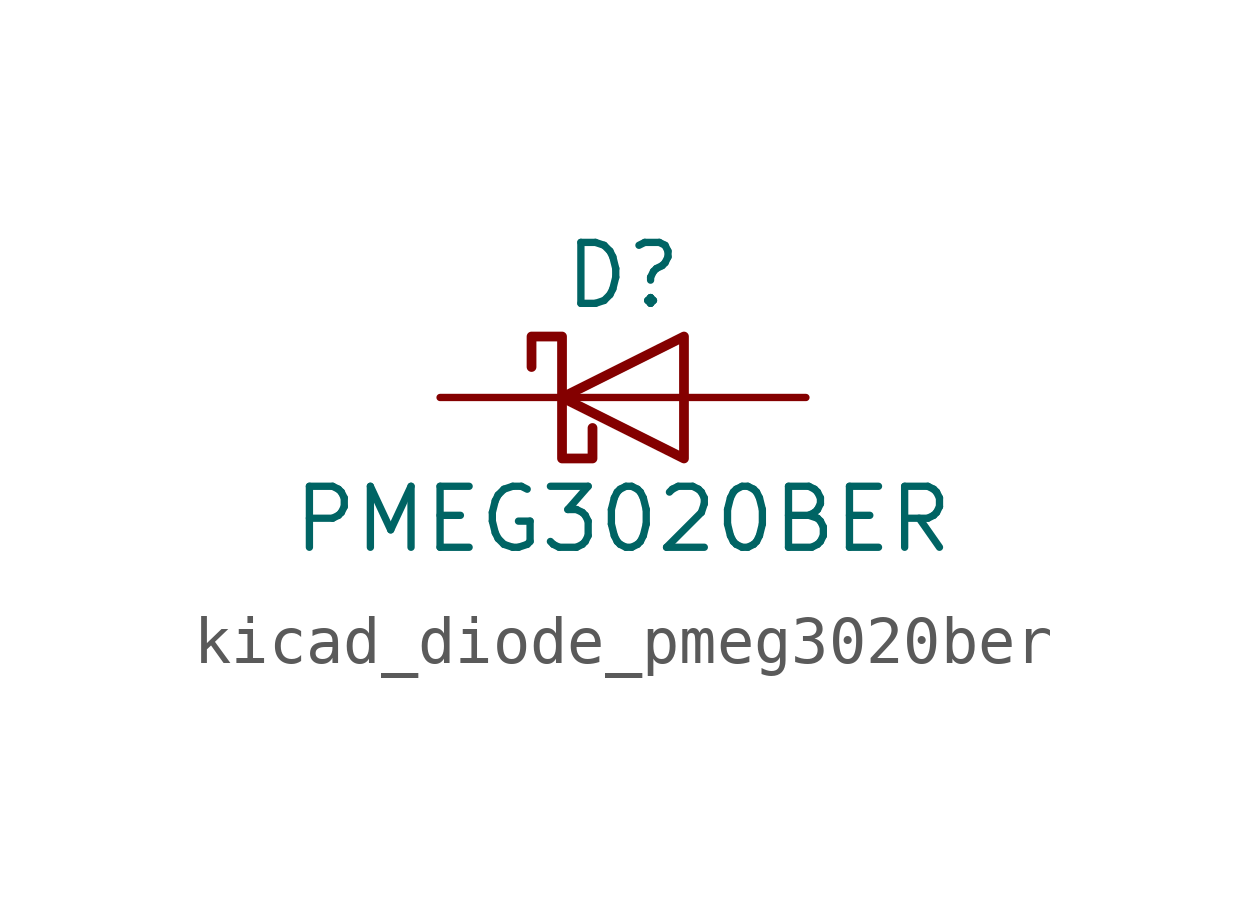
<source format=kicad_sym>
(kicad_symbol_lib
  (version 20220914)
  (generator kicad_symbol_editor)
  (symbol "kicad_diode_pmeg3020ber"
    (pin_numbers hide)
    (pin_names hide)
    (property "Reference" "D"
      (at 0 2.54 0)
      (effects (font (size 1.27 1.27))))
    (property "Value" "PMEG3020BER"
      (at 0 -2.54 0)
      (effects (font (size 1.27 1.27))))
    (symbol "kicad_diode_pmeg3020ber_0_1"
      (polyline (pts (xy 1.27 0) (xy -1.27 0)) (stroke (width 0) (type default)) (fill (type none)))
      (polyline (pts (xy 1.27 1.27) (xy 1.27 -1.27) (xy -1.27 0) (xy 1.27 1.27)) (stroke (width 0.203) (type default)) (fill (type none)))
      (polyline (pts (xy -1.905 0.635) (xy -1.905 1.27) (xy -1.27 1.27) (xy -1.27 -1.27) (xy -0.635 -1.27) (xy -0.635 -0.635)) (stroke (width 0.203) (type default)) (fill (type none))))
    (symbol "kicad_diode_pmeg3020ber_1_1"
      (pin passive line (at -3.81 0 0) (length 2.54) (name "K" (effects (font (size 1.27 1.27)))) (number "1" (effects (font (size 1.27 1.27)))))
      (pin passive line (at 3.81 0 180) (length 2.54) (name "A" (effects (font (size 1.27 1.27)))) (number "2" (effects (font (size 1.27 1.27))))))))
</source>
